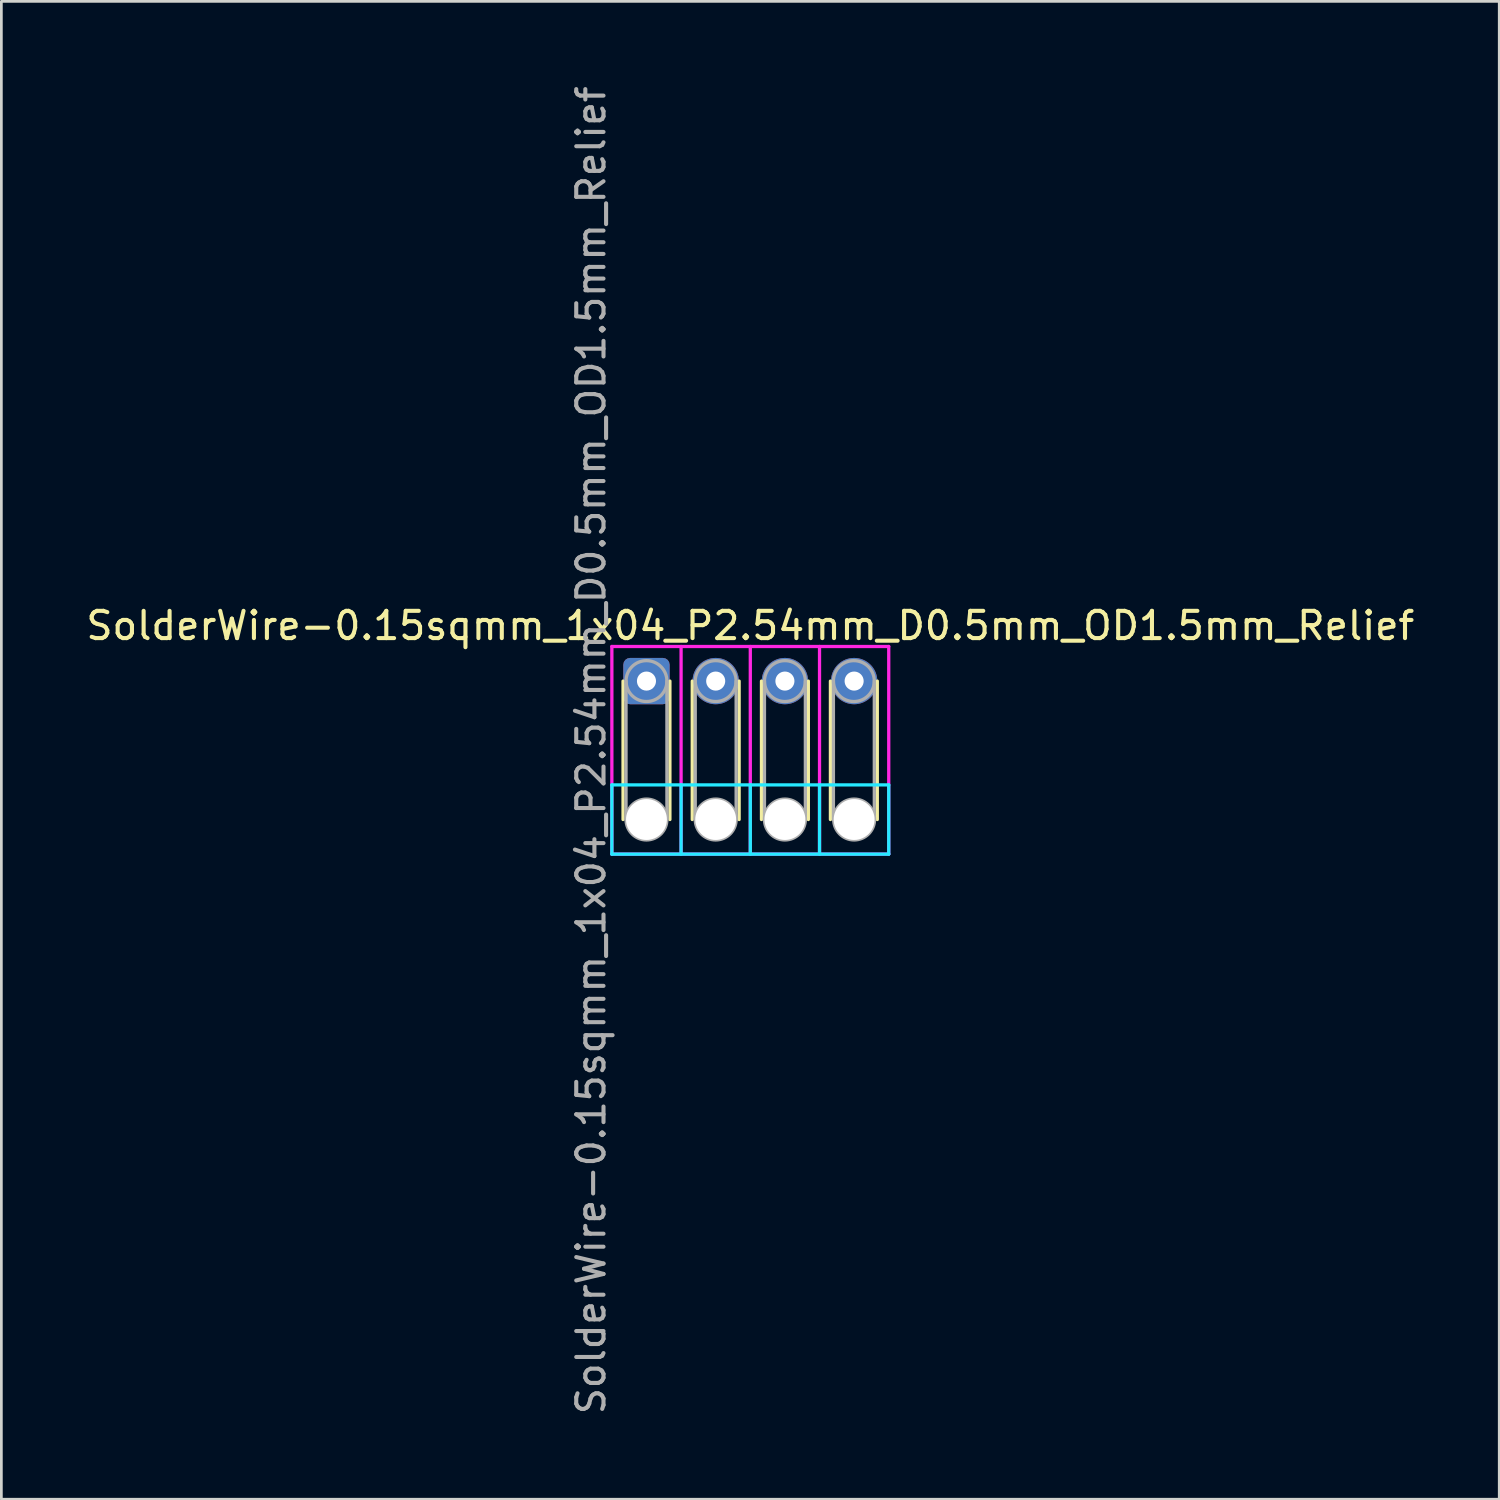
<source format=kicad_pcb>
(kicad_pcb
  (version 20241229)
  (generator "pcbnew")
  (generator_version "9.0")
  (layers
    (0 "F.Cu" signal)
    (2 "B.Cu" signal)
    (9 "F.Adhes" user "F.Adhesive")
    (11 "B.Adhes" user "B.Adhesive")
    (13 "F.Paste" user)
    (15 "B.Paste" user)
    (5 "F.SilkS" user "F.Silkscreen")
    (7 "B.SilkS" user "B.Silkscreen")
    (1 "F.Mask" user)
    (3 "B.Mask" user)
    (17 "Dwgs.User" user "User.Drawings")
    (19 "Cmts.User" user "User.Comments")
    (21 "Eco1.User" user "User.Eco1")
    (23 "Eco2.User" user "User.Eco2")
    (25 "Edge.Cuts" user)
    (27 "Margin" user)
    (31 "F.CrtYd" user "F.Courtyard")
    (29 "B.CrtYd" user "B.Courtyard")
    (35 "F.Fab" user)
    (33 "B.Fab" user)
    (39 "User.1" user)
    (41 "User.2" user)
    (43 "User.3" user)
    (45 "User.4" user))
  (footprint "SolderWire-0.15sqmm_1x04_P2.54mm_D0.5mm_OD1.5mm_Relief"
    (layer "F.Cu")
    (at 20.672 21.942)
    (property "Reference" "SolderWire-0.15sqmm_1x04_P2.54mm_D0.5mm_OD1.5mm_Relief" (at 3.81 -2.032 0) (layer "F.SilkS") (effects (font (size 1 1) (thickness 0.15))))
    (attr exclude_from_pos_files exclude_from_bom)
    (fp_line (start -0.86 0) (end -0.86 5.08) (stroke (width 0.12) (type solid)) (layer "F.SilkS"))
    (fp_line (start 0.86 0) (end 0.86 5.08) (stroke (width 0.12) (type solid)) (layer "F.SilkS"))
    (fp_line (start 1.68 0) (end 1.68 5.08) (stroke (width 0.12) (type solid)) (layer "F.SilkS"))
    (fp_line (start 3.4 0) (end 3.4 5.08) (stroke (width 0.12) (type solid)) (layer "F.SilkS"))
    (fp_line (start 4.22 0) (end 4.22 5.08) (stroke (width 0.12) (type solid)) (layer "F.SilkS"))
    (fp_line (start 5.94 0) (end 5.94 5.08) (stroke (width 0.12) (type solid)) (layer "F.SilkS"))
    (fp_line (start 6.75 0) (end 6.75 5.08) (stroke (width 0.12) (type solid)) (layer "F.SilkS"))
    (fp_line (start 8.47 0) (end 8.47 5.08) (stroke (width 0.12) (type solid)) (layer "F.SilkS"))
    (fp_line (start -1.27 3.81) (end -1.27 6.35) (stroke (width 0.12) (type solid)) (layer "B.CrtYd"))
    (fp_line (start -1.27 6.35) (end 8.89 6.35) (stroke (width 0.12) (type solid)) (layer "B.CrtYd"))
    (fp_line (start 1.27 3.81) (end 1.27 6.35) (stroke (width 0.12) (type solid)) (layer "B.CrtYd"))
    (fp_line (start 3.81 6.35) (end 3.81 3.81) (stroke (width 0.12) (type solid)) (layer "B.CrtYd"))
    (fp_line (start 6.35 3.81) (end 6.35 6.35) (stroke (width 0.12) (type solid)) (layer "B.CrtYd"))
    (fp_line (start 8.89 3.81) (end -1.27 3.81) (stroke (width 0.12) (type solid)) (layer "B.CrtYd"))
    (fp_line (start 8.89 6.35) (end 8.89 3.81) (stroke (width 0.12) (type solid)) (layer "B.CrtYd"))
    (fp_line (start -1.27 -1.27) (end 8.89 -1.27) (stroke (width 0.12) (type solid)) (layer "F.CrtYd"))
    (fp_line (start -1.27 6.35) (end -1.27 -1.27) (stroke (width 0.12) (type solid)) (layer "F.CrtYd"))
    (fp_line (start 1.27 6.35) (end 1.27 -1.27) (stroke (width 0.12) (type solid)) (layer "F.CrtYd"))
    (fp_line (start 3.81 -1.27) (end 3.81 6.35) (stroke (width 0.12) (type solid)) (layer "F.CrtYd"))
    (fp_line (start 6.35 6.35) (end 6.35 -1.27) (stroke (width 0.12) (type solid)) (layer "F.CrtYd"))
    (fp_line (start 8.89 -1.27) (end 8.89 6.35) (stroke (width 0.12) (type solid)) (layer "F.CrtYd"))
    (fp_line (start 8.89 6.35) (end -1.27 6.35) (stroke (width 0.12) (type solid)) (layer "F.CrtYd"))
    (fp_line (start -0.75 0) (end -0.75 5.08) (stroke (width 0.12) (type solid)) (layer "F.Fab"))
    (fp_line (start 0.75 0) (end 0.75 5.08) (stroke (width 0.12) (type solid)) (layer "F.Fab"))
    (fp_line (start 1.79 0) (end 1.79 5.08) (stroke (width 0.12) (type solid)) (layer "F.Fab"))
    (fp_line (start 3.29 0) (end 3.29 5.08) (stroke (width 0.12) (type solid)) (layer "F.Fab"))
    (fp_line (start 4.33 0) (end 4.33 5.08) (stroke (width 0.12) (type solid)) (layer "F.Fab"))
    (fp_line (start 5.83 0) (end 5.83 5.08) (stroke (width 0.12) (type solid)) (layer "F.Fab"))
    (fp_line (start 6.86 0) (end 6.86 5.08) (stroke (width 0.12) (type solid)) (layer "F.Fab"))
    (fp_line (start 8.36 0) (end 8.36 5.08) (stroke (width 0.12) (type solid)) (layer "F.Fab"))
    (fp_circle (center 0 0) (end 0.75 0) (stroke (width 0.12) (type solid)) (fill no) (layer "F.Fab"))
    (fp_circle (center 0 5.08) (end 0.75 5.08) (stroke (width 0.12) (type solid)) (fill no) (layer "F.Fab"))
    (fp_circle (center 2.54 0) (end 3.29 0) (stroke (width 0.12) (type solid)) (fill no) (layer "F.Fab"))
    (fp_circle (center 2.54 5.08) (end 3.29 5.08) (stroke (width 0.12) (type solid)) (fill no) (layer "F.Fab"))
    (fp_circle (center 5.08 0) (end 5.83 0) (stroke (width 0.12) (type solid)) (fill no) (layer "F.Fab"))
    (fp_circle (center 5.08 5.08) (end 5.83 5.08) (stroke (width 0.12) (type solid)) (fill no) (layer "F.Fab"))
    (fp_circle (center 7.61 0) (end 8.36 0) (stroke (width 0.12) (type solid)) (fill no) (layer "F.Fab"))
    (fp_circle (center 7.62 5.08) (end 8.37 5.08) (stroke (width 0.12) (type solid)) (fill no) (layer "F.Fab"))
    (fp_text user "${REFERENCE}" (at -2.032 2.54 90) (layer "F.Fab") (effects (font (size 1 1) (thickness 0.15))))
    (pad "" np_thru_hole circle (at 0 5.08) (size 1.5 1.5) (drill 1.5) (layers "*.Cu" "*.Mask"))
    (pad "" np_thru_hole circle (at 2.54 5.08) (size 1.5 1.5) (drill 1.5) (layers "*.Cu" "*.Mask"))
    (pad "" np_thru_hole circle (at 5.08 5.08) (size 1.5 1.5) (drill 1.5) (layers "*.Cu" "*.Mask"))
    (pad "" np_thru_hole circle (at 7.62 5.08) (size 1.5 1.5) (drill 1.5) (layers "*.Cu" "*.Mask"))
    (pad "1" thru_hole roundrect (at 0 0) (size 1.7 1.7) (drill 0.7) (layers "*.Cu" "*.Mask") (roundrect_rratio 0.147))
    (pad "2" thru_hole circle (at 2.54 0) (size 1.7 1.7) (drill 0.7) (layers "*.Cu" "*.Mask"))
    (pad "3" thru_hole circle (at 5.08 0) (size 1.7 1.7) (drill 0.7) (layers "*.Cu" "*.Mask"))
    (pad "4" thru_hole circle (at 7.62 0) (size 1.7 1.7) (drill 0.7) (layers "*.Cu" "*.Mask")))
  (gr_rect
    (start -3 -3)
    (end 51.964 51.964)
    (stroke (width 0.1) (type default))
    (fill no)
    (layer "Edge.Cuts")))
</source>
